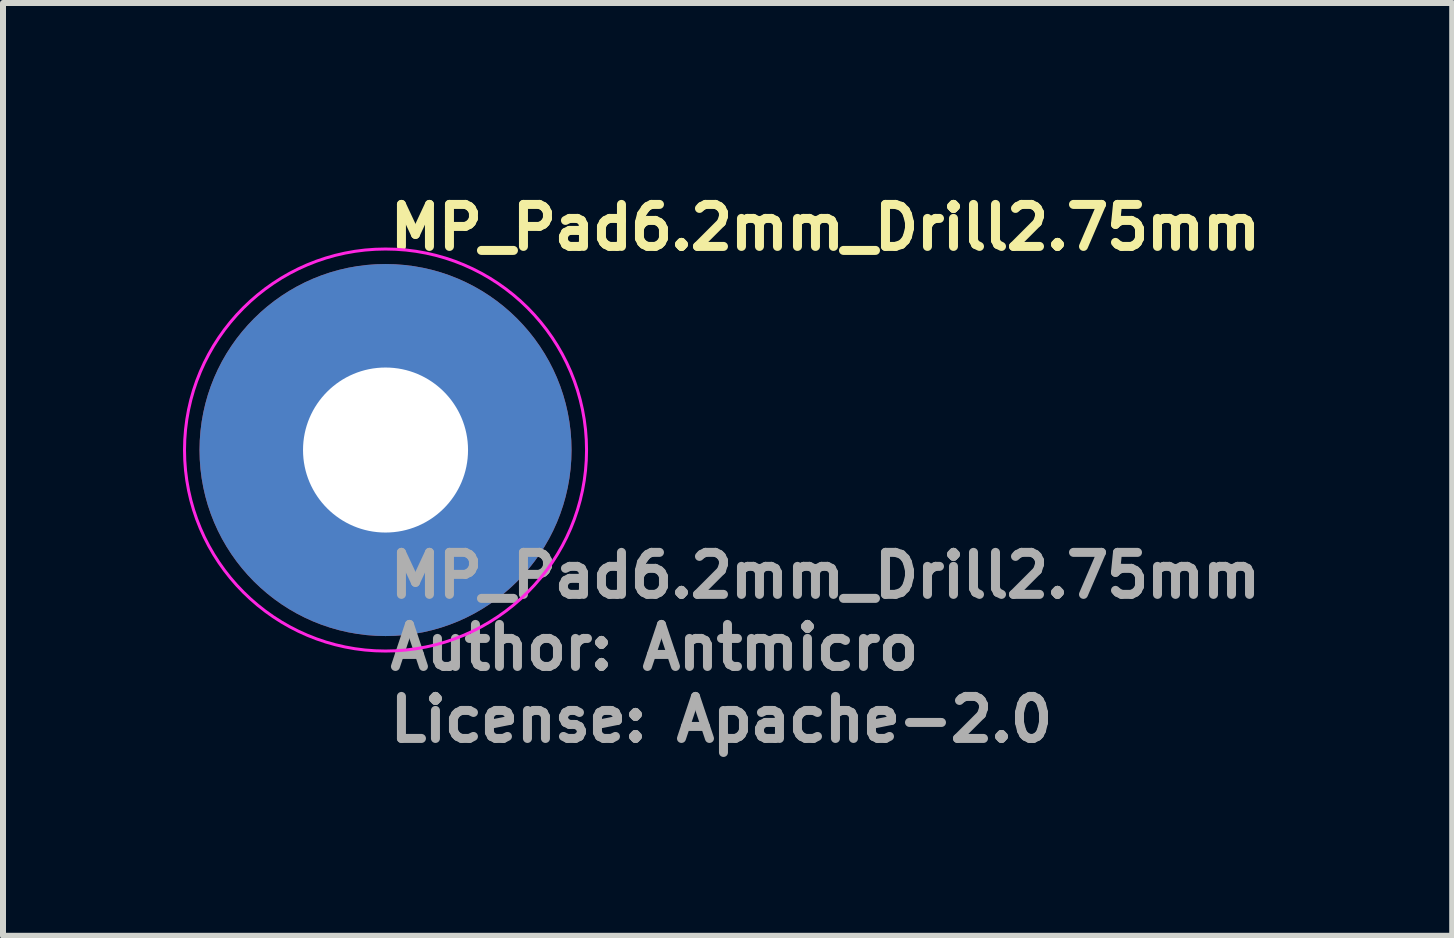
<source format=kicad_pcb>
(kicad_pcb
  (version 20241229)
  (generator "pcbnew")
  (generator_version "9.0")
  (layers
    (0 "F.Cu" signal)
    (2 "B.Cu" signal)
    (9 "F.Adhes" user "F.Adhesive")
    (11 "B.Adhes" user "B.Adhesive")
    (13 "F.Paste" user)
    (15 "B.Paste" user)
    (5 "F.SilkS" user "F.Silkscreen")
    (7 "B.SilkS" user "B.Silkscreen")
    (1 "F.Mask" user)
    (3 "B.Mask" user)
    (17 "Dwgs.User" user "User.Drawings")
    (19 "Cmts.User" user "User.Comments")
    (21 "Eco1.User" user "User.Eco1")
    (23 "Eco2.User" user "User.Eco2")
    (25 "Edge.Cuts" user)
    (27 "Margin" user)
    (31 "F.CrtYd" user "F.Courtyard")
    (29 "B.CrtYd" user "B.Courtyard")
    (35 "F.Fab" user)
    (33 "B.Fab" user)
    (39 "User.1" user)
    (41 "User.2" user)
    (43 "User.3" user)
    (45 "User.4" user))
  (footprint "MP_Pad6.2mm_Drill2.75mm"
    (layer "F.Cu")
    (at 3.375 4.45)
    (property "Reference" "MP_Pad6.2mm_Drill2.75mm" (at 0 -3.3 0) (layer "F.SilkS") (effects (font (size 0.7 0.7) (thickness 0.15)) (justify left bottom)))
    (attr exclude_from_pos_files exclude_from_bom)
    (fp_circle (center 0 0) (end 3.35 0) (stroke (width 0.05) (type default)) (fill no) (layer "F.CrtYd"))
    (fp_circle (center 0 0) (end 3.048 0.1) (stroke (width 0.12) (type solid)) (fill no) (layer "User.5"))
    (fp_text user "${REFERENCE}" (at 0 2.499 0) (layer "F.Fab") (effects (font (size 0.7 0.7) (thickness 0.15)) (justify left bottom)))
    (fp_text user "License: Apache-2.0" (at 0 4.9 0) (layer "F.Fab") (effects (font (size 0.7 0.7) (thickness 0.15)) (justify left bottom)))
    (fp_text user "Author: Antmicro" (at 0 3.7 0) (layer "F.Fab") (effects (font (size 0.7 0.7) (thickness 0.15)) (justify left bottom)))
    (pad "1" thru_hole circle (at 0 0) (size 6.2 6.2) (drill 2.75) (layers "*.Cu" "*.Mask")))
  (gr_rect
    (start -3 -3)
    (end 21.152 12.546)
    (stroke (width 0.1) (type default))
    (fill no)
    (layer "Edge.Cuts")))
</source>
